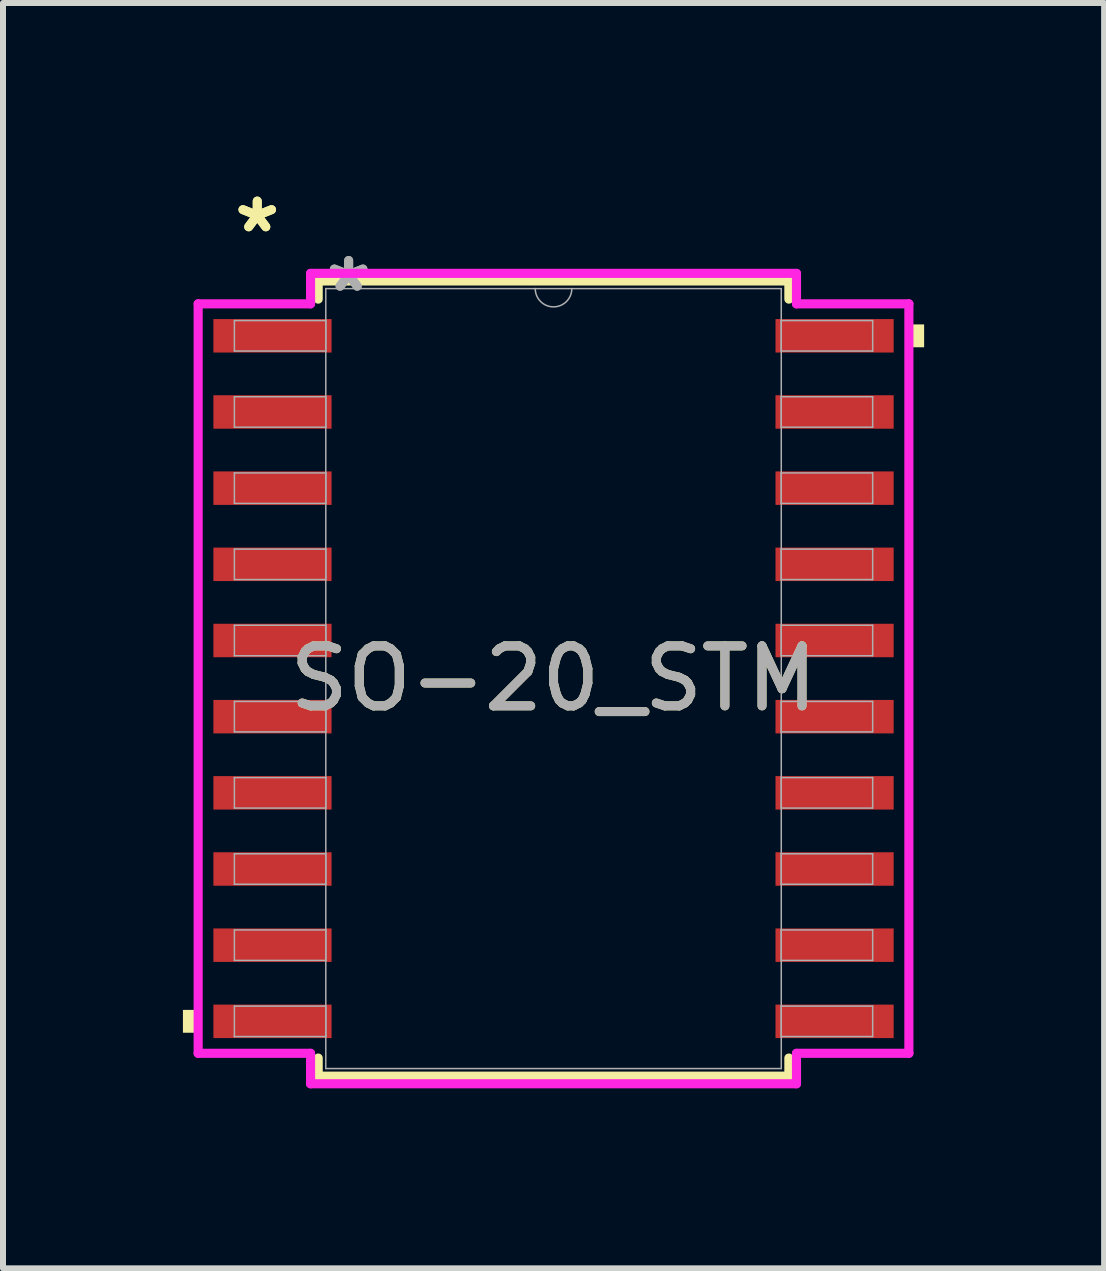
<source format=kicad_pcb>
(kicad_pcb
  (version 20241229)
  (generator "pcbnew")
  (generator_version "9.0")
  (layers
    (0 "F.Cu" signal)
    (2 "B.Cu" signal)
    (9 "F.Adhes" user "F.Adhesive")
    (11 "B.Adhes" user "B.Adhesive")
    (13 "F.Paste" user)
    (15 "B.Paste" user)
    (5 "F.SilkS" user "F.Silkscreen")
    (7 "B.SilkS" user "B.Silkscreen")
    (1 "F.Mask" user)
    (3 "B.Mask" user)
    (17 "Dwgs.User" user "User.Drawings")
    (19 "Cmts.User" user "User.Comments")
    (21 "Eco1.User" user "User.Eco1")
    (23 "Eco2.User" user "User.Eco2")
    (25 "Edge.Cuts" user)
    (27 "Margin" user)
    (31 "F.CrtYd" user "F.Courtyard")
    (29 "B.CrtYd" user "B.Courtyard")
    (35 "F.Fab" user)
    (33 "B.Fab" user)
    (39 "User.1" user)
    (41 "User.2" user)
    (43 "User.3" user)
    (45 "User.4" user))
  (footprint "SO-20_STM"
    (layer "F.Cu")
    (at 6.179 8.264)
    (property "Reference" "SO-20_STM" (at 0 0 0) (unlocked yes) (layer "F.SilkS") (effects (font (size 1 1) (thickness 0.15))))
    (attr smd)
    (fp_line (start -3.924 -6.629) (end -3.924 -6.327) (stroke (width 0.152) (type solid)) (layer "F.SilkS"))
    (fp_line (start -3.924 6.327) (end -3.924 6.629) (stroke (width 0.152) (type solid)) (layer "F.SilkS"))
    (fp_line (start -3.924 6.629) (end 3.924 6.629) (stroke (width 0.152) (type solid)) (layer "F.SilkS"))
    (fp_line (start 3.924 -6.629) (end -3.924 -6.629) (stroke (width 0.152) (type solid)) (layer "F.SilkS"))
    (fp_line (start 3.924 -6.327) (end 3.924 -6.629) (stroke (width 0.152) (type solid)) (layer "F.SilkS"))
    (fp_line (start 3.924 6.629) (end 3.924 6.327) (stroke (width 0.152) (type solid)) (layer "F.SilkS"))
    (fp_poly (pts (xy -6.179 5.524) (xy -6.179 5.905) (xy -5.925 5.905) (xy -5.925 5.524)) (stroke (width 0) (type solid)) (fill yes) (layer "F.SilkS"))
    (fp_poly (pts (xy 6.179 -5.905) (xy 6.179 -5.524) (xy 5.925 -5.524) (xy 5.925 -5.905)) (stroke (width 0) (type solid)) (fill yes) (layer "F.SilkS"))
    (fp_line (start -5.925 -6.248) (end -4.051 -6.248) (stroke (width 0.152) (type solid)) (layer "F.CrtYd"))
    (fp_line (start -5.925 6.248) (end -5.925 -6.248) (stroke (width 0.152) (type solid)) (layer "F.CrtYd"))
    (fp_line (start -5.925 6.248) (end -4.051 6.248) (stroke (width 0.152) (type solid)) (layer "F.CrtYd"))
    (fp_line (start -4.051 -6.756) (end 4.051 -6.756) (stroke (width 0.152) (type solid)) (layer "F.CrtYd"))
    (fp_line (start -4.051 -6.248) (end -4.051 -6.756) (stroke (width 0.152) (type solid)) (layer "F.CrtYd"))
    (fp_line (start -4.051 6.756) (end -4.051 6.248) (stroke (width 0.152) (type solid)) (layer "F.CrtYd"))
    (fp_line (start 4.051 -6.756) (end 4.051 -6.248) (stroke (width 0.152) (type solid)) (layer "F.CrtYd"))
    (fp_line (start 4.051 6.248) (end 4.051 6.756) (stroke (width 0.152) (type solid)) (layer "F.CrtYd"))
    (fp_line (start 4.051 6.756) (end -4.051 6.756) (stroke (width 0.152) (type solid)) (layer "F.CrtYd"))
    (fp_line (start 5.925 -6.248) (end 4.051 -6.248) (stroke (width 0.152) (type solid)) (layer "F.CrtYd"))
    (fp_line (start 5.925 -6.248) (end 5.925 6.248) (stroke (width 0.152) (type solid)) (layer "F.CrtYd"))
    (fp_line (start 5.925 6.248) (end 4.051 6.248) (stroke (width 0.152) (type solid)) (layer "F.CrtYd"))
    (fp_line (start -5.321 -5.969) (end -5.321 -5.461) (stroke (width 0.025) (type solid)) (layer "F.Fab"))
    (fp_line (start -5.321 -5.461) (end -3.797 -5.461) (stroke (width 0.025) (type solid)) (layer "F.Fab"))
    (fp_line (start -5.321 -4.699) (end -5.321 -4.191) (stroke (width 0.025) (type solid)) (layer "F.Fab"))
    (fp_line (start -5.321 -4.191) (end -3.797 -4.191) (stroke (width 0.025) (type solid)) (layer "F.Fab"))
    (fp_line (start -5.321 -3.429) (end -5.321 -2.921) (stroke (width 0.025) (type solid)) (layer "F.Fab"))
    (fp_line (start -5.321 -2.921) (end -3.797 -2.921) (stroke (width 0.025) (type solid)) (layer "F.Fab"))
    (fp_line (start -5.321 -2.159) (end -5.321 -1.651) (stroke (width 0.025) (type solid)) (layer "F.Fab"))
    (fp_line (start -5.321 -1.651) (end -3.797 -1.651) (stroke (width 0.025) (type solid)) (layer "F.Fab"))
    (fp_line (start -5.321 -0.889) (end -5.321 -0.381) (stroke (width 0.025) (type solid)) (layer "F.Fab"))
    (fp_line (start -5.321 -0.381) (end -3.797 -0.381) (stroke (width 0.025) (type solid)) (layer "F.Fab"))
    (fp_line (start -5.321 0.381) (end -5.321 0.889) (stroke (width 0.025) (type solid)) (layer "F.Fab"))
    (fp_line (start -5.321 0.889) (end -3.797 0.889) (stroke (width 0.025) (type solid)) (layer "F.Fab"))
    (fp_line (start -5.321 1.651) (end -5.321 2.159) (stroke (width 0.025) (type solid)) (layer "F.Fab"))
    (fp_line (start -5.321 2.159) (end -3.797 2.159) (stroke (width 0.025) (type solid)) (layer "F.Fab"))
    (fp_line (start -5.321 2.921) (end -5.321 3.429) (stroke (width 0.025) (type solid)) (layer "F.Fab"))
    (fp_line (start -5.321 3.429) (end -3.797 3.429) (stroke (width 0.025) (type solid)) (layer "F.Fab"))
    (fp_line (start -5.321 4.191) (end -5.321 4.699) (stroke (width 0.025) (type solid)) (layer "F.Fab"))
    (fp_line (start -5.321 4.699) (end -3.797 4.699) (stroke (width 0.025) (type solid)) (layer "F.Fab"))
    (fp_line (start -5.321 5.461) (end -5.321 5.969) (stroke (width 0.025) (type solid)) (layer "F.Fab"))
    (fp_line (start -5.321 5.969) (end -3.797 5.969) (stroke (width 0.025) (type solid)) (layer "F.Fab"))
    (fp_line (start -3.797 -6.502) (end -3.797 6.502) (stroke (width 0.025) (type solid)) (layer "F.Fab"))
    (fp_line (start -3.797 -5.969) (end -5.321 -5.969) (stroke (width 0.025) (type solid)) (layer "F.Fab"))
    (fp_line (start -3.797 -5.461) (end -3.797 -5.969) (stroke (width 0.025) (type solid)) (layer "F.Fab"))
    (fp_line (start -3.797 -4.699) (end -5.321 -4.699) (stroke (width 0.025) (type solid)) (layer "F.Fab"))
    (fp_line (start -3.797 -4.191) (end -3.797 -4.699) (stroke (width 0.025) (type solid)) (layer "F.Fab"))
    (fp_line (start -3.797 -3.429) (end -5.321 -3.429) (stroke (width 0.025) (type solid)) (layer "F.Fab"))
    (fp_line (start -3.797 -2.921) (end -3.797 -3.429) (stroke (width 0.025) (type solid)) (layer "F.Fab"))
    (fp_line (start -3.797 -2.159) (end -5.321 -2.159) (stroke (width 0.025) (type solid)) (layer "F.Fab"))
    (fp_line (start -3.797 -1.651) (end -3.797 -2.159) (stroke (width 0.025) (type solid)) (layer "F.Fab"))
    (fp_line (start -3.797 -0.889) (end -5.321 -0.889) (stroke (width 0.025) (type solid)) (layer "F.Fab"))
    (fp_line (start -3.797 -0.381) (end -3.797 -0.889) (stroke (width 0.025) (type solid)) (layer "F.Fab"))
    (fp_line (start -3.797 0.381) (end -5.321 0.381) (stroke (width 0.025) (type solid)) (layer "F.Fab"))
    (fp_line (start -3.797 0.889) (end -3.797 0.381) (stroke (width 0.025) (type solid)) (layer "F.Fab"))
    (fp_line (start -3.797 1.651) (end -5.321 1.651) (stroke (width 0.025) (type solid)) (layer "F.Fab"))
    (fp_line (start -3.797 2.159) (end -3.797 1.651) (stroke (width 0.025) (type solid)) (layer "F.Fab"))
    (fp_line (start -3.797 2.921) (end -5.321 2.921) (stroke (width 0.025) (type solid)) (layer "F.Fab"))
    (fp_line (start -3.797 3.429) (end -3.797 2.921) (stroke (width 0.025) (type solid)) (layer "F.Fab"))
    (fp_line (start -3.797 4.191) (end -5.321 4.191) (stroke (width 0.025) (type solid)) (layer "F.Fab"))
    (fp_line (start -3.797 4.699) (end -3.797 4.191) (stroke (width 0.025) (type solid)) (layer "F.Fab"))
    (fp_line (start -3.797 5.461) (end -5.321 5.461) (stroke (width 0.025) (type solid)) (layer "F.Fab"))
    (fp_line (start -3.797 5.969) (end -3.797 5.461) (stroke (width 0.025) (type solid)) (layer "F.Fab"))
    (fp_line (start -3.797 6.502) (end 3.797 6.502) (stroke (width 0.025) (type solid)) (layer "F.Fab"))
    (fp_line (start 3.797 -6.502) (end -3.797 -6.502) (stroke (width 0.025) (type solid)) (layer "F.Fab"))
    (fp_line (start 3.797 -5.969) (end 3.797 -5.461) (stroke (width 0.025) (type solid)) (layer "F.Fab"))
    (fp_line (start 3.797 -5.461) (end 5.321 -5.461) (stroke (width 0.025) (type solid)) (layer "F.Fab"))
    (fp_line (start 3.797 -4.699) (end 3.797 -4.191) (stroke (width 0.025) (type solid)) (layer "F.Fab"))
    (fp_line (start 3.797 -4.191) (end 5.321 -4.191) (stroke (width 0.025) (type solid)) (layer "F.Fab"))
    (fp_line (start 3.797 -3.429) (end 3.797 -2.921) (stroke (width 0.025) (type solid)) (layer "F.Fab"))
    (fp_line (start 3.797 -2.921) (end 5.321 -2.921) (stroke (width 0.025) (type solid)) (layer "F.Fab"))
    (fp_line (start 3.797 -2.159) (end 3.797 -1.651) (stroke (width 0.025) (type solid)) (layer "F.Fab"))
    (fp_line (start 3.797 -1.651) (end 5.321 -1.651) (stroke (width 0.025) (type solid)) (layer "F.Fab"))
    (fp_line (start 3.797 -0.889) (end 3.797 -0.381) (stroke (width 0.025) (type solid)) (layer "F.Fab"))
    (fp_line (start 3.797 -0.381) (end 5.321 -0.381) (stroke (width 0.025) (type solid)) (layer "F.Fab"))
    (fp_line (start 3.797 0.381) (end 3.797 0.889) (stroke (width 0.025) (type solid)) (layer "F.Fab"))
    (fp_line (start 3.797 0.889) (end 5.321 0.889) (stroke (width 0.025) (type solid)) (layer "F.Fab"))
    (fp_line (start 3.797 1.651) (end 3.797 2.159) (stroke (width 0.025) (type solid)) (layer "F.Fab"))
    (fp_line (start 3.797 2.159) (end 5.321 2.159) (stroke (width 0.025) (type solid)) (layer "F.Fab"))
    (fp_line (start 3.797 2.921) (end 3.797 3.429) (stroke (width 0.025) (type solid)) (layer "F.Fab"))
    (fp_line (start 3.797 3.429) (end 5.321 3.429) (stroke (width 0.025) (type solid)) (layer "F.Fab"))
    (fp_line (start 3.797 4.191) (end 3.797 4.699) (stroke (width 0.025) (type solid)) (layer "F.Fab"))
    (fp_line (start 3.797 4.699) (end 5.321 4.699) (stroke (width 0.025) (type solid)) (layer "F.Fab"))
    (fp_line (start 3.797 5.461) (end 3.797 5.969) (stroke (width 0.025) (type solid)) (layer "F.Fab"))
    (fp_line (start 3.797 5.969) (end 5.321 5.969) (stroke (width 0.025) (type solid)) (layer "F.Fab"))
    (fp_line (start 3.797 6.502) (end 3.797 -6.502) (stroke (width 0.025) (type solid)) (layer "F.Fab"))
    (fp_line (start 5.321 -5.969) (end 3.797 -5.969) (stroke (width 0.025) (type solid)) (layer "F.Fab"))
    (fp_line (start 5.321 -5.461) (end 5.321 -5.969) (stroke (width 0.025) (type solid)) (layer "F.Fab"))
    (fp_line (start 5.321 -4.699) (end 3.797 -4.699) (stroke (width 0.025) (type solid)) (layer "F.Fab"))
    (fp_line (start 5.321 -4.191) (end 5.321 -4.699) (stroke (width 0.025) (type solid)) (layer "F.Fab"))
    (fp_line (start 5.321 -3.429) (end 3.797 -3.429) (stroke (width 0.025) (type solid)) (layer "F.Fab"))
    (fp_line (start 5.321 -2.921) (end 5.321 -3.429) (stroke (width 0.025) (type solid)) (layer "F.Fab"))
    (fp_line (start 5.321 -2.159) (end 3.797 -2.159) (stroke (width 0.025) (type solid)) (layer "F.Fab"))
    (fp_line (start 5.321 -1.651) (end 5.321 -2.159) (stroke (width 0.025) (type solid)) (layer "F.Fab"))
    (fp_line (start 5.321 -0.889) (end 3.797 -0.889) (stroke (width 0.025) (type solid)) (layer "F.Fab"))
    (fp_line (start 5.321 -0.381) (end 5.321 -0.889) (stroke (width 0.025) (type solid)) (layer "F.Fab"))
    (fp_line (start 5.321 0.381) (end 3.797 0.381) (stroke (width 0.025) (type solid)) (layer "F.Fab"))
    (fp_line (start 5.321 0.889) (end 5.321 0.381) (stroke (width 0.025) (type solid)) (layer "F.Fab"))
    (fp_line (start 5.321 1.651) (end 3.797 1.651) (stroke (width 0.025) (type solid)) (layer "F.Fab"))
    (fp_line (start 5.321 2.159) (end 5.321 1.651) (stroke (width 0.025) (type solid)) (layer "F.Fab"))
    (fp_line (start 5.321 2.921) (end 3.797 2.921) (stroke (width 0.025) (type solid)) (layer "F.Fab"))
    (fp_line (start 5.321 3.429) (end 5.321 2.921) (stroke (width 0.025) (type solid)) (layer "F.Fab"))
    (fp_line (start 5.321 4.191) (end 3.797 4.191) (stroke (width 0.025) (type solid)) (layer "F.Fab"))
    (fp_line (start 5.321 4.699) (end 5.321 4.191) (stroke (width 0.025) (type solid)) (layer "F.Fab"))
    (fp_line (start 5.321 5.461) (end 3.797 5.461) (stroke (width 0.025) (type solid)) (layer "F.Fab"))
    (fp_line (start 5.321 5.969) (end 5.321 5.461) (stroke (width 0.025) (type solid)) (layer "F.Fab"))
    (fp_arc (start 0.3048 -6.5024) (mid 0 -6.1976) (end -0.3048 -6.5024) (stroke (width 0.0254) (type solid)) (layer "F.Fab"))
    (fp_text user "*" (at -4.94 -7.416 0) (unlocked yes) (layer "F.SilkS") (effects (font (size 1 1) (thickness 0.15))))
    (fp_text user "*" (at -4.94 -7.416 0) (layer "F.SilkS") (effects (font (size 1 1) (thickness 0.15))))
    (fp_text user "*" (at -3.416 -6.426 0) (layer "F.Fab") (effects (font (size 1 1) (thickness 0.15))))
    (fp_text user "*" (at -3.416 -6.426 0) (unlocked yes) (layer "F.Fab") (effects (font (size 1 1) (thickness 0.15))))
    (fp_text user "${REFERENCE}" (at 0 0 0) (unlocked yes) (layer "F.Fab") (effects (font (size 1 1) (thickness 0.15))))
    (pad "1" smd rect (at -4.686 -5.715) (size 1.97 0.558) (layers "F.Cu" "F.Mask" "F.Paste"))
    (pad "2" smd rect (at -4.686 -4.445) (size 1.97 0.558) (layers "F.Cu" "F.Mask" "F.Paste"))
    (pad "3" smd rect (at -4.686 -3.175) (size 1.97 0.558) (layers "F.Cu" "F.Mask" "F.Paste"))
    (pad "4" smd rect (at -4.686 -1.905) (size 1.97 0.558) (layers "F.Cu" "F.Mask" "F.Paste"))
    (pad "5" smd rect (at -4.686 -0.635) (size 1.97 0.558) (layers "F.Cu" "F.Mask" "F.Paste"))
    (pad "6" smd rect (at -4.686 0.635) (size 1.97 0.558) (layers "F.Cu" "F.Mask" "F.Paste"))
    (pad "7" smd rect (at -4.686 1.905) (size 1.97 0.558) (layers "F.Cu" "F.Mask" "F.Paste"))
    (pad "8" smd rect (at -4.686 3.175) (size 1.97 0.558) (layers "F.Cu" "F.Mask" "F.Paste"))
    (pad "9" smd rect (at -4.686 4.445) (size 1.97 0.558) (layers "F.Cu" "F.Mask" "F.Paste"))
    (pad "10" smd rect (at -4.686 5.715) (size 1.97 0.558) (layers "F.Cu" "F.Mask" "F.Paste"))
    (pad "11" smd rect (at 4.686 5.715) (size 1.97 0.558) (layers "F.Cu" "F.Mask" "F.Paste"))
    (pad "12" smd rect (at 4.686 4.445) (size 1.97 0.558) (layers "F.Cu" "F.Mask" "F.Paste"))
    (pad "13" smd rect (at 4.686 3.175) (size 1.97 0.558) (layers "F.Cu" "F.Mask" "F.Paste"))
    (pad "14" smd rect (at 4.686 1.905) (size 1.97 0.558) (layers "F.Cu" "F.Mask" "F.Paste"))
    (pad "15" smd rect (at 4.686 0.635) (size 1.97 0.558) (layers "F.Cu" "F.Mask" "F.Paste"))
    (pad "16" smd rect (at 4.686 -0.635) (size 1.97 0.558) (layers "F.Cu" "F.Mask" "F.Paste"))
    (pad "17" smd rect (at 4.686 -1.905) (size 1.97 0.558) (layers "F.Cu" "F.Mask" "F.Paste"))
    (pad "18" smd rect (at 4.686 -3.175) (size 1.97 0.558) (layers "F.Cu" "F.Mask" "F.Paste"))
    (pad "19" smd rect (at 4.686 -4.445) (size 1.97 0.558) (layers "F.Cu" "F.Mask" "F.Paste"))
    (pad "20" smd rect (at 4.686 -5.715) (size 1.97 0.558) (layers "F.Cu" "F.Mask" "F.Paste")))
  (gr_rect
    (start -3 -3)
    (end 15.359 18.097)
    (stroke (width 0.1) (type default))
    (fill no)
    (layer "Edge.Cuts")))
</source>
